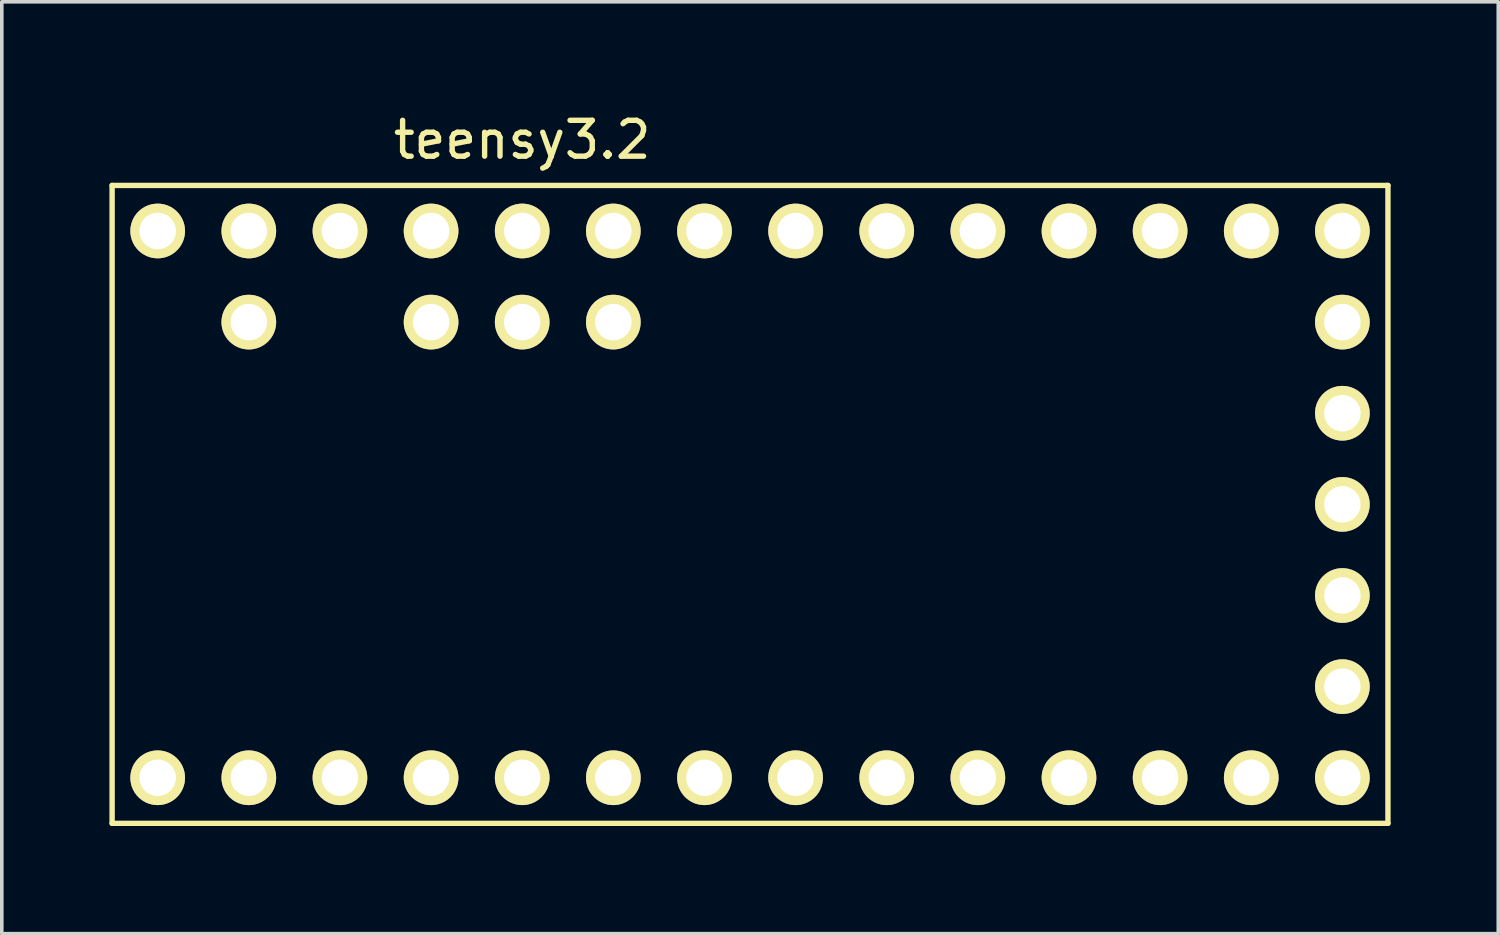
<source format=kicad_pcb>
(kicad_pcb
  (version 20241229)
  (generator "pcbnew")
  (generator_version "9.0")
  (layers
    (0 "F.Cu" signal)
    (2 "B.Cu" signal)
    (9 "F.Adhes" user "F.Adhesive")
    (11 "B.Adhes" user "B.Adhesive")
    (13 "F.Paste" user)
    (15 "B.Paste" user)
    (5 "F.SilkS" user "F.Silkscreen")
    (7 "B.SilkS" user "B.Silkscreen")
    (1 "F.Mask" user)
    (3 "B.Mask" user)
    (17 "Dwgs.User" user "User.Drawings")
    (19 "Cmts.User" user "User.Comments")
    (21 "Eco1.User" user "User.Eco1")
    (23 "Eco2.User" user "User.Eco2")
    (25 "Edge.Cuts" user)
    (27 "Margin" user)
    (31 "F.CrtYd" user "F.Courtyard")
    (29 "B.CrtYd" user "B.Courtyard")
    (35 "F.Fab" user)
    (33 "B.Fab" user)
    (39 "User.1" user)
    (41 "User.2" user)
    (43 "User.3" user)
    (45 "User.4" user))
  (footprint "teensy3.2"
    (layer "F.Cu")
    (at 1.345 18.628)
    (property "Reference" "teensy3.2" (at 10.16 -17.78 0) (layer "F.SilkS") (effects (font (size 1 1) (thickness 0.15))))
    (attr through_hole)
    (fp_line (start -1.27 -16.51) (end -1.27 1.27) (stroke (width 0.15) (type solid)) (layer "F.SilkS"))
    (fp_line (start -1.27 1.27) (end 34.29 1.27) (stroke (width 0.15) (type solid)) (layer "F.SilkS"))
    (fp_line (start 34.29 -16.51) (end -1.27 -16.51) (stroke (width 0.15) (type solid)) (layer "F.SilkS"))
    (fp_line (start 34.29 1.27) (end 34.29 -16.51) (stroke (width 0.15) (type solid)) (layer "F.SilkS"))
    (pad "1" thru_hole oval (at 0 0) (size 1.524 1.524) (drill 1.016) (layers "*.Cu" "*.Mask" "F.SilkS"))
    (pad "2" thru_hole oval (at 2.54 0) (size 1.524 1.524) (drill 1.016) (layers "*.Cu" "*.Mask" "F.SilkS"))
    (pad "3" thru_hole oval (at 5.08 0) (size 1.524 1.524) (drill 1.016) (layers "*.Cu" "*.Mask" "F.SilkS"))
    (pad "4" thru_hole oval (at 7.62 0) (size 1.524 1.524) (drill 1.016) (layers "*.Cu" "*.Mask" "F.SilkS"))
    (pad "5" thru_hole oval (at 10.16 0) (size 1.524 1.524) (drill 1.016) (layers "*.Cu" "*.Mask" "F.SilkS"))
    (pad "6" thru_hole oval (at 12.7 0) (size 1.524 1.524) (drill 1.016) (layers "*.Cu" "*.Mask" "F.SilkS"))
    (pad "7" thru_hole oval (at 15.24 0) (size 1.524 1.524) (drill 1.016) (layers "*.Cu" "*.Mask" "F.SilkS"))
    (pad "8" thru_hole oval (at 17.78 0) (size 1.524 1.524) (drill 1.016) (layers "*.Cu" "*.Mask" "F.SilkS"))
    (pad "9" thru_hole oval (at 20.32 0) (size 1.524 1.524) (drill 1.016) (layers "*.Cu" "*.Mask" "F.SilkS"))
    (pad "10" thru_hole oval (at 22.86 0) (size 1.524 1.524) (drill 1.016) (layers "*.Cu" "*.Mask" "F.SilkS"))
    (pad "11" thru_hole oval (at 25.4 0) (size 1.524 1.524) (drill 1.016) (layers "*.Cu" "*.Mask" "F.SilkS"))
    (pad "12" thru_hole oval (at 27.94 0) (size 1.524 1.524) (drill 1.016) (layers "*.Cu" "*.Mask" "F.SilkS"))
    (pad "13" thru_hole oval (at 30.48 0) (size 1.524 1.524) (drill 1.016) (layers "*.Cu" "*.Mask" "F.SilkS"))
    (pad "14" thru_hole oval (at 33.02 0) (size 1.524 1.524) (drill 1.016) (layers "*.Cu" "*.Mask" "F.SilkS"))
    (pad "15" thru_hole oval (at 33.02 -2.54) (size 1.524 1.524) (drill 1.016) (layers "*.Cu" "*.Mask" "F.SilkS"))
    (pad "16" thru_hole oval (at 33.02 -5.08) (size 1.524 1.524) (drill 1.016) (layers "*.Cu" "*.Mask" "F.SilkS"))
    (pad "17" thru_hole oval (at 33.02 -7.62) (size 1.524 1.524) (drill 1.016) (layers "*.Cu" "*.Mask" "F.SilkS"))
    (pad "18" thru_hole oval (at 33.02 -10.16) (size 1.524 1.524) (drill 1.016) (layers "*.Cu" "*.Mask" "F.SilkS"))
    (pad "19" thru_hole oval (at 33.02 -12.7) (size 1.524 1.524) (drill 1.016) (layers "*.Cu" "*.Mask" "F.SilkS"))
    (pad "20" thru_hole oval (at 33.02 -15.24) (size 1.524 1.524) (drill 1.016) (layers "*.Cu" "*.Mask" "F.SilkS"))
    (pad "21" thru_hole oval (at 30.48 -15.24) (size 1.524 1.524) (drill 1.016) (layers "*.Cu" "*.Mask" "F.SilkS"))
    (pad "22" thru_hole oval (at 27.94 -15.24) (size 1.524 1.524) (drill 1.016) (layers "*.Cu" "*.Mask" "F.SilkS"))
    (pad "23" thru_hole oval (at 25.4 -15.24) (size 1.524 1.524) (drill 1.016) (layers "*.Cu" "*.Mask" "F.SilkS"))
    (pad "24" thru_hole oval (at 22.86 -15.24) (size 1.524 1.524) (drill 1.016) (layers "*.Cu" "*.Mask" "F.SilkS"))
    (pad "25" thru_hole oval (at 20.32 -15.24) (size 1.524 1.524) (drill 1.016) (layers "*.Cu" "*.Mask" "F.SilkS"))
    (pad "26" thru_hole oval (at 17.78 -15.24) (size 1.524 1.524) (drill 1.016) (layers "*.Cu" "*.Mask" "F.SilkS"))
    (pad "27" thru_hole oval (at 15.24 -15.24) (size 1.524 1.524) (drill 1.016) (layers "*.Cu" "*.Mask" "F.SilkS"))
    (pad "28" thru_hole oval (at 12.7 -15.24) (size 1.524 1.524) (drill 1.016) (layers "*.Cu" "*.Mask" "F.SilkS"))
    (pad "29" thru_hole oval (at 10.16 -15.24) (size 1.524 1.524) (drill 1.016) (layers "*.Cu" "*.Mask" "F.SilkS"))
    (pad "30" thru_hole oval (at 7.62 -15.24) (size 1.524 1.524) (drill 1.016) (layers "*.Cu" "*.Mask" "F.SilkS"))
    (pad "31" thru_hole oval (at 5.08 -15.24) (size 1.524 1.524) (drill 1.016) (layers "*.Cu" "*.Mask" "F.SilkS"))
    (pad "32" thru_hole oval (at 2.54 -15.24) (size 1.524 1.524) (drill 1.016) (layers "*.Cu" "*.Mask" "F.SilkS"))
    (pad "33" thru_hole oval (at 0 -15.24) (size 1.524 1.524) (drill 1.016) (layers "*.Cu" "*.Mask" "F.SilkS"))
    (pad "34" thru_hole oval (at 2.54 -12.7) (size 1.524 1.524) (drill 1.016) (layers "*.Cu" "*.Mask" "F.SilkS"))
    (pad "35" thru_hole oval (at 7.62 -12.7) (size 1.524 1.524) (drill 1.016) (layers "*.Cu" "*.Mask" "F.SilkS"))
    (pad "36" thru_hole oval (at 10.16 -12.7) (size 1.524 1.524) (drill 1.016) (layers "*.Cu" "*.Mask" "F.SilkS"))
    (pad "37" thru_hole oval (at 12.7 -12.7) (size 1.524 1.524) (drill 1.016) (layers "*.Cu" "*.Mask" "F.SilkS")))
  (gr_rect
    (start -3 -3)
    (end 38.71 22.973)
    (stroke (width 0.1) (type default))
    (fill no)
    (layer "Edge.Cuts")))
</source>
